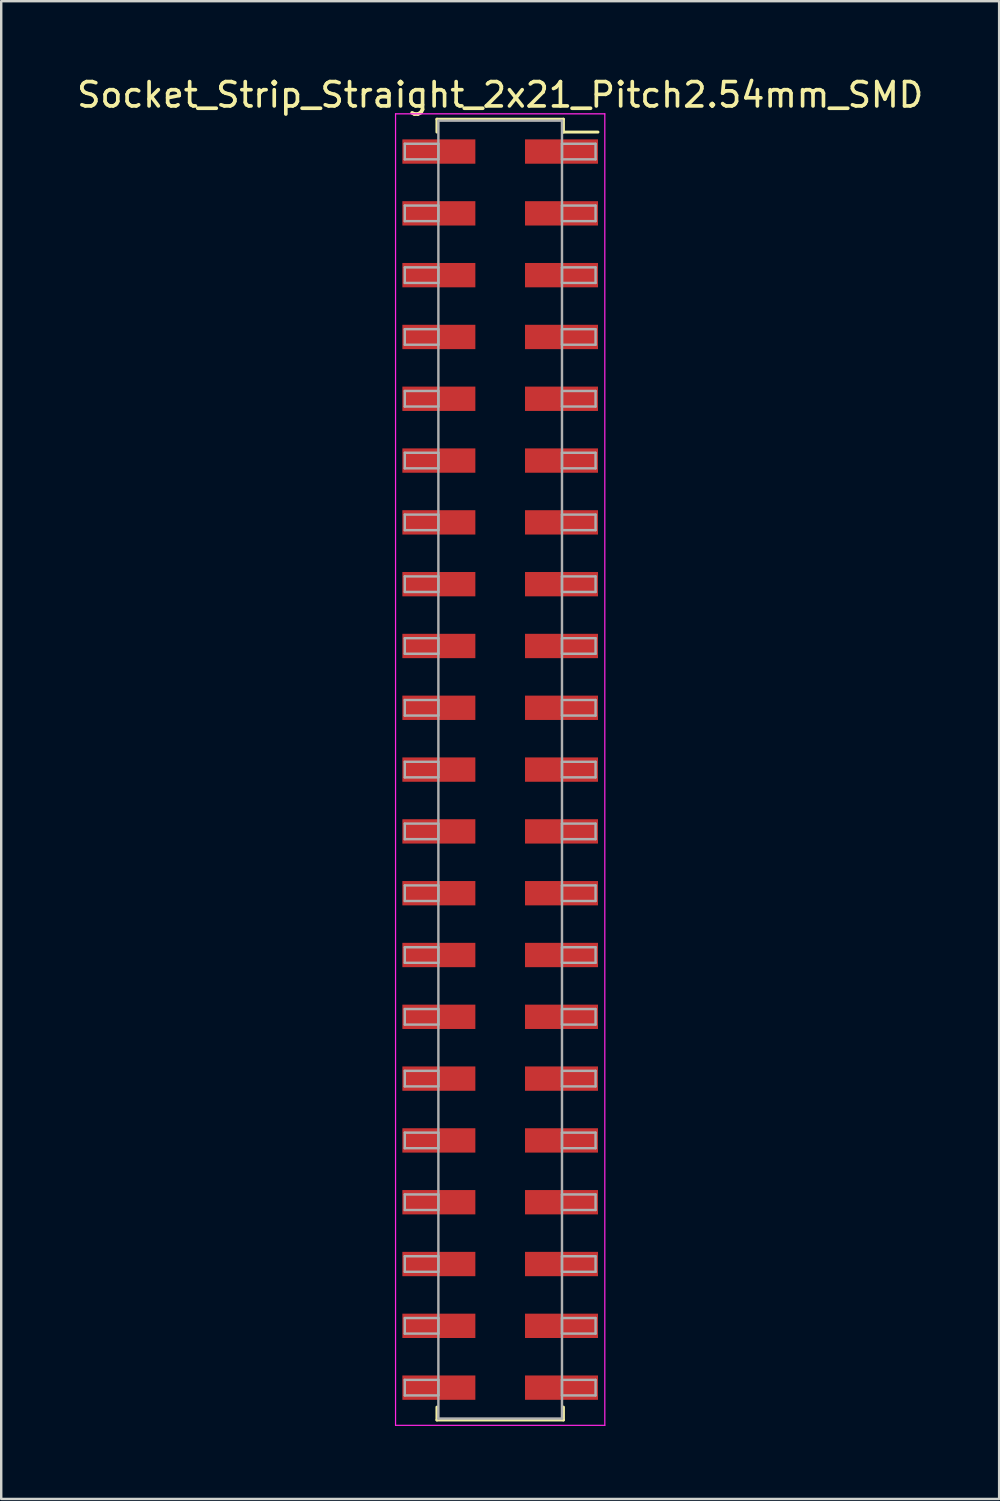
<source format=kicad_pcb>
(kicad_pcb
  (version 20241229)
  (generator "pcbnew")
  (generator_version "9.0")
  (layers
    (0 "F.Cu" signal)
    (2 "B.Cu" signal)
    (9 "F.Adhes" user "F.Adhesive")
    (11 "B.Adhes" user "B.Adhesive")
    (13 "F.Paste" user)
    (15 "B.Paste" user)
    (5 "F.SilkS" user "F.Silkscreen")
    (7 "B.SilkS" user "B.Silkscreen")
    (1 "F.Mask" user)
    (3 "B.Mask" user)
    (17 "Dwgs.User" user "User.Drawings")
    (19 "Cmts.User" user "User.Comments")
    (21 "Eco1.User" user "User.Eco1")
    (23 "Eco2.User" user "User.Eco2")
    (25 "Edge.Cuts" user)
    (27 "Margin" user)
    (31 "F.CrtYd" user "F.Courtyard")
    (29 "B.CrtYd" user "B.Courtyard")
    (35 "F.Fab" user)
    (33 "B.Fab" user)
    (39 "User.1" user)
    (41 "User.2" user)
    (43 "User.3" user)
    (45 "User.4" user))
  (footprint "Socket_Strip_Straight_2x21_Pitch2.54mm_SMD"
    (layer "F.Cu")
    (at 17.506 28.578)
    (property "Reference" "Socket_Strip_Straight_2x21_Pitch2.54mm_SMD" (at 0 -27.73 0) (layer "F.SilkS") (effects (font (size 1 1) (thickness 0.15))))
    (attr smd)
    (fp_line (start -2.6 -26.73) (end 2.6 -26.73) (stroke (width 0.12) (type solid)) (layer "F.SilkS"))
    (fp_line (start -2.6 -26.2) (end -2.6 -26.73) (stroke (width 0.12) (type solid)) (layer "F.SilkS"))
    (fp_line (start -2.6 26.2) (end -2.6 26.73) (stroke (width 0.12) (type solid)) (layer "F.SilkS"))
    (fp_line (start -2.6 26.73) (end 2.6 26.73) (stroke (width 0.12) (type solid)) (layer "F.SilkS"))
    (fp_line (start 2.6 -26.73) (end 2.6 -26.2) (stroke (width 0.12) (type solid)) (layer "F.SilkS"))
    (fp_line (start 2.6 26.73) (end 2.6 26.2) (stroke (width 0.12) (type solid)) (layer "F.SilkS"))
    (fp_line (start 4.02 -26.2) (end 2.6 -26.2) (stroke (width 0.12) (type solid)) (layer "F.SilkS"))
    (fp_line (start -4.3 -26.95) (end -4.3 26.95) (stroke (width 0.05) (type solid)) (layer "F.CrtYd"))
    (fp_line (start -4.3 26.95) (end 4.3 26.95) (stroke (width 0.05) (type solid)) (layer "F.CrtYd"))
    (fp_line (start 4.3 -26.95) (end -4.3 -26.95) (stroke (width 0.05) (type solid)) (layer "F.CrtYd"))
    (fp_line (start 4.3 26.95) (end 4.3 -26.95) (stroke (width 0.05) (type solid)) (layer "F.CrtYd"))
    (fp_line (start -3.92 -25.72) (end -2.54 -25.72) (stroke (width 0.1) (type solid)) (layer "F.Fab"))
    (fp_line (start -3.92 -25.08) (end -3.92 -25.72) (stroke (width 0.1) (type solid)) (layer "F.Fab"))
    (fp_line (start -3.92 -23.18) (end -2.54 -23.18) (stroke (width 0.1) (type solid)) (layer "F.Fab"))
    (fp_line (start -3.92 -22.54) (end -3.92 -23.18) (stroke (width 0.1) (type solid)) (layer "F.Fab"))
    (fp_line (start -3.92 -20.64) (end -2.54 -20.64) (stroke (width 0.1) (type solid)) (layer "F.Fab"))
    (fp_line (start -3.92 -20) (end -3.92 -20.64) (stroke (width 0.1) (type solid)) (layer "F.Fab"))
    (fp_line (start -3.92 -18.1) (end -2.54 -18.1) (stroke (width 0.1) (type solid)) (layer "F.Fab"))
    (fp_line (start -3.92 -17.46) (end -3.92 -18.1) (stroke (width 0.1) (type solid)) (layer "F.Fab"))
    (fp_line (start -3.92 -15.56) (end -2.54 -15.56) (stroke (width 0.1) (type solid)) (layer "F.Fab"))
    (fp_line (start -3.92 -14.92) (end -3.92 -15.56) (stroke (width 0.1) (type solid)) (layer "F.Fab"))
    (fp_line (start -3.92 -13.02) (end -2.54 -13.02) (stroke (width 0.1) (type solid)) (layer "F.Fab"))
    (fp_line (start -3.92 -12.38) (end -3.92 -13.02) (stroke (width 0.1) (type solid)) (layer "F.Fab"))
    (fp_line (start -3.92 -10.48) (end -2.54 -10.48) (stroke (width 0.1) (type solid)) (layer "F.Fab"))
    (fp_line (start -3.92 -9.84) (end -3.92 -10.48) (stroke (width 0.1) (type solid)) (layer "F.Fab"))
    (fp_line (start -3.92 -7.94) (end -2.54 -7.94) (stroke (width 0.1) (type solid)) (layer "F.Fab"))
    (fp_line (start -3.92 -7.3) (end -3.92 -7.94) (stroke (width 0.1) (type solid)) (layer "F.Fab"))
    (fp_line (start -3.92 -5.4) (end -2.54 -5.4) (stroke (width 0.1) (type solid)) (layer "F.Fab"))
    (fp_line (start -3.92 -4.76) (end -3.92 -5.4) (stroke (width 0.1) (type solid)) (layer "F.Fab"))
    (fp_line (start -3.92 -2.86) (end -2.54 -2.86) (stroke (width 0.1) (type solid)) (layer "F.Fab"))
    (fp_line (start -3.92 -2.22) (end -3.92 -2.86) (stroke (width 0.1) (type solid)) (layer "F.Fab"))
    (fp_line (start -3.92 -0.32) (end -2.54 -0.32) (stroke (width 0.1) (type solid)) (layer "F.Fab"))
    (fp_line (start -3.92 0.32) (end -3.92 -0.32) (stroke (width 0.1) (type solid)) (layer "F.Fab"))
    (fp_line (start -3.92 2.22) (end -2.54 2.22) (stroke (width 0.1) (type solid)) (layer "F.Fab"))
    (fp_line (start -3.92 2.86) (end -3.92 2.22) (stroke (width 0.1) (type solid)) (layer "F.Fab"))
    (fp_line (start -3.92 4.76) (end -2.54 4.76) (stroke (width 0.1) (type solid)) (layer "F.Fab"))
    (fp_line (start -3.92 5.4) (end -3.92 4.76) (stroke (width 0.1) (type solid)) (layer "F.Fab"))
    (fp_line (start -3.92 7.3) (end -2.54 7.3) (stroke (width 0.1) (type solid)) (layer "F.Fab"))
    (fp_line (start -3.92 7.94) (end -3.92 7.3) (stroke (width 0.1) (type solid)) (layer "F.Fab"))
    (fp_line (start -3.92 9.84) (end -2.54 9.84) (stroke (width 0.1) (type solid)) (layer "F.Fab"))
    (fp_line (start -3.92 10.48) (end -3.92 9.84) (stroke (width 0.1) (type solid)) (layer "F.Fab"))
    (fp_line (start -3.92 12.38) (end -2.54 12.38) (stroke (width 0.1) (type solid)) (layer "F.Fab"))
    (fp_line (start -3.92 13.02) (end -3.92 12.38) (stroke (width 0.1) (type solid)) (layer "F.Fab"))
    (fp_line (start -3.92 14.92) (end -2.54 14.92) (stroke (width 0.1) (type solid)) (layer "F.Fab"))
    (fp_line (start -3.92 15.56) (end -3.92 14.92) (stroke (width 0.1) (type solid)) (layer "F.Fab"))
    (fp_line (start -3.92 17.46) (end -2.54 17.46) (stroke (width 0.1) (type solid)) (layer "F.Fab"))
    (fp_line (start -3.92 18.1) (end -3.92 17.46) (stroke (width 0.1) (type solid)) (layer "F.Fab"))
    (fp_line (start -3.92 20) (end -2.54 20) (stroke (width 0.1) (type solid)) (layer "F.Fab"))
    (fp_line (start -3.92 20.64) (end -3.92 20) (stroke (width 0.1) (type solid)) (layer "F.Fab"))
    (fp_line (start -3.92 22.54) (end -2.54 22.54) (stroke (width 0.1) (type solid)) (layer "F.Fab"))
    (fp_line (start -3.92 23.18) (end -3.92 22.54) (stroke (width 0.1) (type solid)) (layer "F.Fab"))
    (fp_line (start -3.92 25.08) (end -2.54 25.08) (stroke (width 0.1) (type solid)) (layer "F.Fab"))
    (fp_line (start -3.92 25.72) (end -3.92 25.08) (stroke (width 0.1) (type solid)) (layer "F.Fab"))
    (fp_line (start -2.54 -26.67) (end -2.54 26.67) (stroke (width 0.1) (type solid)) (layer "F.Fab"))
    (fp_line (start -2.54 -25.72) (end -2.54 -25.08) (stroke (width 0.1) (type solid)) (layer "F.Fab"))
    (fp_line (start -2.54 -25.08) (end -3.92 -25.08) (stroke (width 0.1) (type solid)) (layer "F.Fab"))
    (fp_line (start -2.54 -23.18) (end -2.54 -22.54) (stroke (width 0.1) (type solid)) (layer "F.Fab"))
    (fp_line (start -2.54 -22.54) (end -3.92 -22.54) (stroke (width 0.1) (type solid)) (layer "F.Fab"))
    (fp_line (start -2.54 -20.64) (end -2.54 -20) (stroke (width 0.1) (type solid)) (layer "F.Fab"))
    (fp_line (start -2.54 -20) (end -3.92 -20) (stroke (width 0.1) (type solid)) (layer "F.Fab"))
    (fp_line (start -2.54 -18.1) (end -2.54 -17.46) (stroke (width 0.1) (type solid)) (layer "F.Fab"))
    (fp_line (start -2.54 -17.46) (end -3.92 -17.46) (stroke (width 0.1) (type solid)) (layer "F.Fab"))
    (fp_line (start -2.54 -15.56) (end -2.54 -14.92) (stroke (width 0.1) (type solid)) (layer "F.Fab"))
    (fp_line (start -2.54 -14.92) (end -3.92 -14.92) (stroke (width 0.1) (type solid)) (layer "F.Fab"))
    (fp_line (start -2.54 -13.02) (end -2.54 -12.38) (stroke (width 0.1) (type solid)) (layer "F.Fab"))
    (fp_line (start -2.54 -12.38) (end -3.92 -12.38) (stroke (width 0.1) (type solid)) (layer "F.Fab"))
    (fp_line (start -2.54 -10.48) (end -2.54 -9.84) (stroke (width 0.1) (type solid)) (layer "F.Fab"))
    (fp_line (start -2.54 -9.84) (end -3.92 -9.84) (stroke (width 0.1) (type solid)) (layer "F.Fab"))
    (fp_line (start -2.54 -7.94) (end -2.54 -7.3) (stroke (width 0.1) (type solid)) (layer "F.Fab"))
    (fp_line (start -2.54 -7.3) (end -3.92 -7.3) (stroke (width 0.1) (type solid)) (layer "F.Fab"))
    (fp_line (start -2.54 -5.4) (end -2.54 -4.76) (stroke (width 0.1) (type solid)) (layer "F.Fab"))
    (fp_line (start -2.54 -4.76) (end -3.92 -4.76) (stroke (width 0.1) (type solid)) (layer "F.Fab"))
    (fp_line (start -2.54 -2.86) (end -2.54 -2.22) (stroke (width 0.1) (type solid)) (layer "F.Fab"))
    (fp_line (start -2.54 -2.22) (end -3.92 -2.22) (stroke (width 0.1) (type solid)) (layer "F.Fab"))
    (fp_line (start -2.54 -0.32) (end -2.54 0.32) (stroke (width 0.1) (type solid)) (layer "F.Fab"))
    (fp_line (start -2.54 0.32) (end -3.92 0.32) (stroke (width 0.1) (type solid)) (layer "F.Fab"))
    (fp_line (start -2.54 2.22) (end -2.54 2.86) (stroke (width 0.1) (type solid)) (layer "F.Fab"))
    (fp_line (start -2.54 2.86) (end -3.92 2.86) (stroke (width 0.1) (type solid)) (layer "F.Fab"))
    (fp_line (start -2.54 4.76) (end -2.54 5.4) (stroke (width 0.1) (type solid)) (layer "F.Fab"))
    (fp_line (start -2.54 5.4) (end -3.92 5.4) (stroke (width 0.1) (type solid)) (layer "F.Fab"))
    (fp_line (start -2.54 7.3) (end -2.54 7.94) (stroke (width 0.1) (type solid)) (layer "F.Fab"))
    (fp_line (start -2.54 7.94) (end -3.92 7.94) (stroke (width 0.1) (type solid)) (layer "F.Fab"))
    (fp_line (start -2.54 9.84) (end -2.54 10.48) (stroke (width 0.1) (type solid)) (layer "F.Fab"))
    (fp_line (start -2.54 10.48) (end -3.92 10.48) (stroke (width 0.1) (type solid)) (layer "F.Fab"))
    (fp_line (start -2.54 12.38) (end -2.54 13.02) (stroke (width 0.1) (type solid)) (layer "F.Fab"))
    (fp_line (start -2.54 13.02) (end -3.92 13.02) (stroke (width 0.1) (type solid)) (layer "F.Fab"))
    (fp_line (start -2.54 14.92) (end -2.54 15.56) (stroke (width 0.1) (type solid)) (layer "F.Fab"))
    (fp_line (start -2.54 15.56) (end -3.92 15.56) (stroke (width 0.1) (type solid)) (layer "F.Fab"))
    (fp_line (start -2.54 17.46) (end -2.54 18.1) (stroke (width 0.1) (type solid)) (layer "F.Fab"))
    (fp_line (start -2.54 18.1) (end -3.92 18.1) (stroke (width 0.1) (type solid)) (layer "F.Fab"))
    (fp_line (start -2.54 20) (end -2.54 20.64) (stroke (width 0.1) (type solid)) (layer "F.Fab"))
    (fp_line (start -2.54 20.64) (end -3.92 20.64) (stroke (width 0.1) (type solid)) (layer "F.Fab"))
    (fp_line (start -2.54 22.54) (end -2.54 23.18) (stroke (width 0.1) (type solid)) (layer "F.Fab"))
    (fp_line (start -2.54 23.18) (end -3.92 23.18) (stroke (width 0.1) (type solid)) (layer "F.Fab"))
    (fp_line (start -2.54 25.08) (end -2.54 25.72) (stroke (width 0.1) (type solid)) (layer "F.Fab"))
    (fp_line (start -2.54 25.72) (end -3.92 25.72) (stroke (width 0.1) (type solid)) (layer "F.Fab"))
    (fp_line (start -2.54 26.67) (end 2.54 26.67) (stroke (width 0.1) (type solid)) (layer "F.Fab"))
    (fp_line (start 2.54 -26.67) (end -2.54 -26.67) (stroke (width 0.1) (type solid)) (layer "F.Fab"))
    (fp_line (start 2.54 -25.72) (end 2.54 -25.08) (stroke (width 0.1) (type solid)) (layer "F.Fab"))
    (fp_line (start 2.54 -25.08) (end 3.92 -25.08) (stroke (width 0.1) (type solid)) (layer "F.Fab"))
    (fp_line (start 2.54 -23.18) (end 2.54 -22.54) (stroke (width 0.1) (type solid)) (layer "F.Fab"))
    (fp_line (start 2.54 -22.54) (end 3.92 -22.54) (stroke (width 0.1) (type solid)) (layer "F.Fab"))
    (fp_line (start 2.54 -20.64) (end 2.54 -20) (stroke (width 0.1) (type solid)) (layer "F.Fab"))
    (fp_line (start 2.54 -20) (end 3.92 -20) (stroke (width 0.1) (type solid)) (layer "F.Fab"))
    (fp_line (start 2.54 -18.1) (end 2.54 -17.46) (stroke (width 0.1) (type solid)) (layer "F.Fab"))
    (fp_line (start 2.54 -17.46) (end 3.92 -17.46) (stroke (width 0.1) (type solid)) (layer "F.Fab"))
    (fp_line (start 2.54 -15.56) (end 2.54 -14.92) (stroke (width 0.1) (type solid)) (layer "F.Fab"))
    (fp_line (start 2.54 -14.92) (end 3.92 -14.92) (stroke (width 0.1) (type solid)) (layer "F.Fab"))
    (fp_line (start 2.54 -13.02) (end 2.54 -12.38) (stroke (width 0.1) (type solid)) (layer "F.Fab"))
    (fp_line (start 2.54 -12.38) (end 3.92 -12.38) (stroke (width 0.1) (type solid)) (layer "F.Fab"))
    (fp_line (start 2.54 -10.48) (end 2.54 -9.84) (stroke (width 0.1) (type solid)) (layer "F.Fab"))
    (fp_line (start 2.54 -9.84) (end 3.92 -9.84) (stroke (width 0.1) (type solid)) (layer "F.Fab"))
    (fp_line (start 2.54 -7.94) (end 2.54 -7.3) (stroke (width 0.1) (type solid)) (layer "F.Fab"))
    (fp_line (start 2.54 -7.3) (end 3.92 -7.3) (stroke (width 0.1) (type solid)) (layer "F.Fab"))
    (fp_line (start 2.54 -5.4) (end 2.54 -4.76) (stroke (width 0.1) (type solid)) (layer "F.Fab"))
    (fp_line (start 2.54 -4.76) (end 3.92 -4.76) (stroke (width 0.1) (type solid)) (layer "F.Fab"))
    (fp_line (start 2.54 -2.86) (end 2.54 -2.22) (stroke (width 0.1) (type solid)) (layer "F.Fab"))
    (fp_line (start 2.54 -2.22) (end 3.92 -2.22) (stroke (width 0.1) (type solid)) (layer "F.Fab"))
    (fp_line (start 2.54 -0.32) (end 2.54 0.32) (stroke (width 0.1) (type solid)) (layer "F.Fab"))
    (fp_line (start 2.54 0.32) (end 3.92 0.32) (stroke (width 0.1) (type solid)) (layer "F.Fab"))
    (fp_line (start 2.54 2.22) (end 2.54 2.86) (stroke (width 0.1) (type solid)) (layer "F.Fab"))
    (fp_line (start 2.54 2.86) (end 3.92 2.86) (stroke (width 0.1) (type solid)) (layer "F.Fab"))
    (fp_line (start 2.54 4.76) (end 2.54 5.4) (stroke (width 0.1) (type solid)) (layer "F.Fab"))
    (fp_line (start 2.54 5.4) (end 3.92 5.4) (stroke (width 0.1) (type solid)) (layer "F.Fab"))
    (fp_line (start 2.54 7.3) (end 2.54 7.94) (stroke (width 0.1) (type solid)) (layer "F.Fab"))
    (fp_line (start 2.54 7.94) (end 3.92 7.94) (stroke (width 0.1) (type solid)) (layer "F.Fab"))
    (fp_line (start 2.54 9.84) (end 2.54 10.48) (stroke (width 0.1) (type solid)) (layer "F.Fab"))
    (fp_line (start 2.54 10.48) (end 3.92 10.48) (stroke (width 0.1) (type solid)) (layer "F.Fab"))
    (fp_line (start 2.54 12.38) (end 2.54 13.02) (stroke (width 0.1) (type solid)) (layer "F.Fab"))
    (fp_line (start 2.54 13.02) (end 3.92 13.02) (stroke (width 0.1) (type solid)) (layer "F.Fab"))
    (fp_line (start 2.54 14.92) (end 2.54 15.56) (stroke (width 0.1) (type solid)) (layer "F.Fab"))
    (fp_line (start 2.54 15.56) (end 3.92 15.56) (stroke (width 0.1) (type solid)) (layer "F.Fab"))
    (fp_line (start 2.54 17.46) (end 2.54 18.1) (stroke (width 0.1) (type solid)) (layer "F.Fab"))
    (fp_line (start 2.54 18.1) (end 3.92 18.1) (stroke (width 0.1) (type solid)) (layer "F.Fab"))
    (fp_line (start 2.54 20) (end 2.54 20.64) (stroke (width 0.1) (type solid)) (layer "F.Fab"))
    (fp_line (start 2.54 20.64) (end 3.92 20.64) (stroke (width 0.1) (type solid)) (layer "F.Fab"))
    (fp_line (start 2.54 22.54) (end 2.54 23.18) (stroke (width 0.1) (type solid)) (layer "F.Fab"))
    (fp_line (start 2.54 23.18) (end 3.92 23.18) (stroke (width 0.1) (type solid)) (layer "F.Fab"))
    (fp_line (start 2.54 25.08) (end 2.54 25.72) (stroke (width 0.1) (type solid)) (layer "F.Fab"))
    (fp_line (start 2.54 25.72) (end 3.92 25.72) (stroke (width 0.1) (type solid)) (layer "F.Fab"))
    (fp_line (start 2.54 26.67) (end 2.54 -26.67) (stroke (width 0.1) (type solid)) (layer "F.Fab"))
    (fp_line (start 3.92 -25.72) (end 2.54 -25.72) (stroke (width 0.1) (type solid)) (layer "F.Fab"))
    (fp_line (start 3.92 -25.08) (end 3.92 -25.72) (stroke (width 0.1) (type solid)) (layer "F.Fab"))
    (fp_line (start 3.92 -23.18) (end 2.54 -23.18) (stroke (width 0.1) (type solid)) (layer "F.Fab"))
    (fp_line (start 3.92 -22.54) (end 3.92 -23.18) (stroke (width 0.1) (type solid)) (layer "F.Fab"))
    (fp_line (start 3.92 -20.64) (end 2.54 -20.64) (stroke (width 0.1) (type solid)) (layer "F.Fab"))
    (fp_line (start 3.92 -20) (end 3.92 -20.64) (stroke (width 0.1) (type solid)) (layer "F.Fab"))
    (fp_line (start 3.92 -18.1) (end 2.54 -18.1) (stroke (width 0.1) (type solid)) (layer "F.Fab"))
    (fp_line (start 3.92 -17.46) (end 3.92 -18.1) (stroke (width 0.1) (type solid)) (layer "F.Fab"))
    (fp_line (start 3.92 -15.56) (end 2.54 -15.56) (stroke (width 0.1) (type solid)) (layer "F.Fab"))
    (fp_line (start 3.92 -14.92) (end 3.92 -15.56) (stroke (width 0.1) (type solid)) (layer "F.Fab"))
    (fp_line (start 3.92 -13.02) (end 2.54 -13.02) (stroke (width 0.1) (type solid)) (layer "F.Fab"))
    (fp_line (start 3.92 -12.38) (end 3.92 -13.02) (stroke (width 0.1) (type solid)) (layer "F.Fab"))
    (fp_line (start 3.92 -10.48) (end 2.54 -10.48) (stroke (width 0.1) (type solid)) (layer "F.Fab"))
    (fp_line (start 3.92 -9.84) (end 3.92 -10.48) (stroke (width 0.1) (type solid)) (layer "F.Fab"))
    (fp_line (start 3.92 -7.94) (end 2.54 -7.94) (stroke (width 0.1) (type solid)) (layer "F.Fab"))
    (fp_line (start 3.92 -7.3) (end 3.92 -7.94) (stroke (width 0.1) (type solid)) (layer "F.Fab"))
    (fp_line (start 3.92 -5.4) (end 2.54 -5.4) (stroke (width 0.1) (type solid)) (layer "F.Fab"))
    (fp_line (start 3.92 -4.76) (end 3.92 -5.4) (stroke (width 0.1) (type solid)) (layer "F.Fab"))
    (fp_line (start 3.92 -2.86) (end 2.54 -2.86) (stroke (width 0.1) (type solid)) (layer "F.Fab"))
    (fp_line (start 3.92 -2.22) (end 3.92 -2.86) (stroke (width 0.1) (type solid)) (layer "F.Fab"))
    (fp_line (start 3.92 -0.32) (end 2.54 -0.32) (stroke (width 0.1) (type solid)) (layer "F.Fab"))
    (fp_line (start 3.92 0.32) (end 3.92 -0.32) (stroke (width 0.1) (type solid)) (layer "F.Fab"))
    (fp_line (start 3.92 2.22) (end 2.54 2.22) (stroke (width 0.1) (type solid)) (layer "F.Fab"))
    (fp_line (start 3.92 2.86) (end 3.92 2.22) (stroke (width 0.1) (type solid)) (layer "F.Fab"))
    (fp_line (start 3.92 4.76) (end 2.54 4.76) (stroke (width 0.1) (type solid)) (layer "F.Fab"))
    (fp_line (start 3.92 5.4) (end 3.92 4.76) (stroke (width 0.1) (type solid)) (layer "F.Fab"))
    (fp_line (start 3.92 7.3) (end 2.54 7.3) (stroke (width 0.1) (type solid)) (layer "F.Fab"))
    (fp_line (start 3.92 7.94) (end 3.92 7.3) (stroke (width 0.1) (type solid)) (layer "F.Fab"))
    (fp_line (start 3.92 9.84) (end 2.54 9.84) (stroke (width 0.1) (type solid)) (layer "F.Fab"))
    (fp_line (start 3.92 10.48) (end 3.92 9.84) (stroke (width 0.1) (type solid)) (layer "F.Fab"))
    (fp_line (start 3.92 12.38) (end 2.54 12.38) (stroke (width 0.1) (type solid)) (layer "F.Fab"))
    (fp_line (start 3.92 13.02) (end 3.92 12.38) (stroke (width 0.1) (type solid)) (layer "F.Fab"))
    (fp_line (start 3.92 14.92) (end 2.54 14.92) (stroke (width 0.1) (type solid)) (layer "F.Fab"))
    (fp_line (start 3.92 15.56) (end 3.92 14.92) (stroke (width 0.1) (type solid)) (layer "F.Fab"))
    (fp_line (start 3.92 17.46) (end 2.54 17.46) (stroke (width 0.1) (type solid)) (layer "F.Fab"))
    (fp_line (start 3.92 18.1) (end 3.92 17.46) (stroke (width 0.1) (type solid)) (layer "F.Fab"))
    (fp_line (start 3.92 20) (end 2.54 20) (stroke (width 0.1) (type solid)) (layer "F.Fab"))
    (fp_line (start 3.92 20.64) (end 3.92 20) (stroke (width 0.1) (type solid)) (layer "F.Fab"))
    (fp_line (start 3.92 22.54) (end 2.54 22.54) (stroke (width 0.1) (type solid)) (layer "F.Fab"))
    (fp_line (start 3.92 23.18) (end 3.92 22.54) (stroke (width 0.1) (type solid)) (layer "F.Fab"))
    (fp_line (start 3.92 25.08) (end 2.54 25.08) (stroke (width 0.1) (type solid)) (layer "F.Fab"))
    (fp_line (start 3.92 25.72) (end 3.92 25.08) (stroke (width 0.1) (type solid)) (layer "F.Fab"))
    (pad "1" smd rect (at 2.52 -25.4) (size 3 1) (layers "F.Cu" "F.Mask"))
    (pad "2" smd rect (at -2.52 -25.4) (size 3 1) (layers "F.Cu" "F.Mask"))
    (pad "3" smd rect (at 2.52 -22.86) (size 3 1) (layers "F.Cu" "F.Mask"))
    (pad "4" smd rect (at -2.52 -22.86) (size 3 1) (layers "F.Cu" "F.Mask"))
    (pad "5" smd rect (at 2.52 -20.32) (size 3 1) (layers "F.Cu" "F.Mask"))
    (pad "6" smd rect (at -2.52 -20.32) (size 3 1) (layers "F.Cu" "F.Mask"))
    (pad "7" smd rect (at 2.52 -17.78) (size 3 1) (layers "F.Cu" "F.Mask"))
    (pad "8" smd rect (at -2.52 -17.78) (size 3 1) (layers "F.Cu" "F.Mask"))
    (pad "9" smd rect (at 2.52 -15.24) (size 3 1) (layers "F.Cu" "F.Mask"))
    (pad "10" smd rect (at -2.52 -15.24) (size 3 1) (layers "F.Cu" "F.Mask"))
    (pad "11" smd rect (at 2.52 -12.7) (size 3 1) (layers "F.Cu" "F.Mask"))
    (pad "12" smd rect (at -2.52 -12.7) (size 3 1) (layers "F.Cu" "F.Mask"))
    (pad "13" smd rect (at 2.52 -10.16) (size 3 1) (layers "F.Cu" "F.Mask"))
    (pad "14" smd rect (at -2.52 -10.16) (size 3 1) (layers "F.Cu" "F.Mask"))
    (pad "15" smd rect (at 2.52 -7.62) (size 3 1) (layers "F.Cu" "F.Mask"))
    (pad "16" smd rect (at -2.52 -7.62) (size 3 1) (layers "F.Cu" "F.Mask"))
    (pad "17" smd rect (at 2.52 -5.08) (size 3 1) (layers "F.Cu" "F.Mask"))
    (pad "18" smd rect (at -2.52 -5.08) (size 3 1) (layers "F.Cu" "F.Mask"))
    (pad "19" smd rect (at 2.52 -2.54) (size 3 1) (layers "F.Cu" "F.Mask"))
    (pad "20" smd rect (at -2.52 -2.54) (size 3 1) (layers "F.Cu" "F.Mask"))
    (pad "21" smd rect (at 2.52 0) (size 3 1) (layers "F.Cu" "F.Mask"))
    (pad "22" smd rect (at -2.52 0) (size 3 1) (layers "F.Cu" "F.Mask"))
    (pad "23" smd rect (at 2.52 2.54) (size 3 1) (layers "F.Cu" "F.Mask"))
    (pad "24" smd rect (at -2.52 2.54) (size 3 1) (layers "F.Cu" "F.Mask"))
    (pad "25" smd rect (at 2.52 5.08) (size 3 1) (layers "F.Cu" "F.Mask"))
    (pad "26" smd rect (at -2.52 5.08) (size 3 1) (layers "F.Cu" "F.Mask"))
    (pad "27" smd rect (at 2.52 7.62) (size 3 1) (layers "F.Cu" "F.Mask"))
    (pad "28" smd rect (at -2.52 7.62) (size 3 1) (layers "F.Cu" "F.Mask"))
    (pad "29" smd rect (at 2.52 10.16) (size 3 1) (layers "F.Cu" "F.Mask"))
    (pad "30" smd rect (at -2.52 10.16) (size 3 1) (layers "F.Cu" "F.Mask"))
    (pad "31" smd rect (at 2.52 12.7) (size 3 1) (layers "F.Cu" "F.Mask"))
    (pad "32" smd rect (at -2.52 12.7) (size 3 1) (layers "F.Cu" "F.Mask"))
    (pad "33" smd rect (at 2.52 15.24) (size 3 1) (layers "F.Cu" "F.Mask"))
    (pad "34" smd rect (at -2.52 15.24) (size 3 1) (layers "F.Cu" "F.Mask"))
    (pad "35" smd rect (at 2.52 17.78) (size 3 1) (layers "F.Cu" "F.Mask"))
    (pad "36" smd rect (at -2.52 17.78) (size 3 1) (layers "F.Cu" "F.Mask"))
    (pad "37" smd rect (at 2.52 20.32) (size 3 1) (layers "F.Cu" "F.Mask"))
    (pad "38" smd rect (at -2.52 20.32) (size 3 1) (layers "F.Cu" "F.Mask"))
    (pad "39" smd rect (at 2.52 22.86) (size 3 1) (layers "F.Cu" "F.Mask"))
    (pad "40" smd rect (at -2.52 22.86) (size 3 1) (layers "F.Cu" "F.Mask"))
    (pad "41" smd rect (at 2.52 25.4) (size 3 1) (layers "F.Cu" "F.Mask"))
    (pad "42" smd rect (at -2.52 25.4) (size 3 1) (layers "F.Cu" "F.Mask")))
  (gr_rect
    (start -3 -3)
    (end 38.012 58.553)
    (stroke (width 0.1) (type default))
    (fill no)
    (layer "Edge.Cuts")))
</source>
